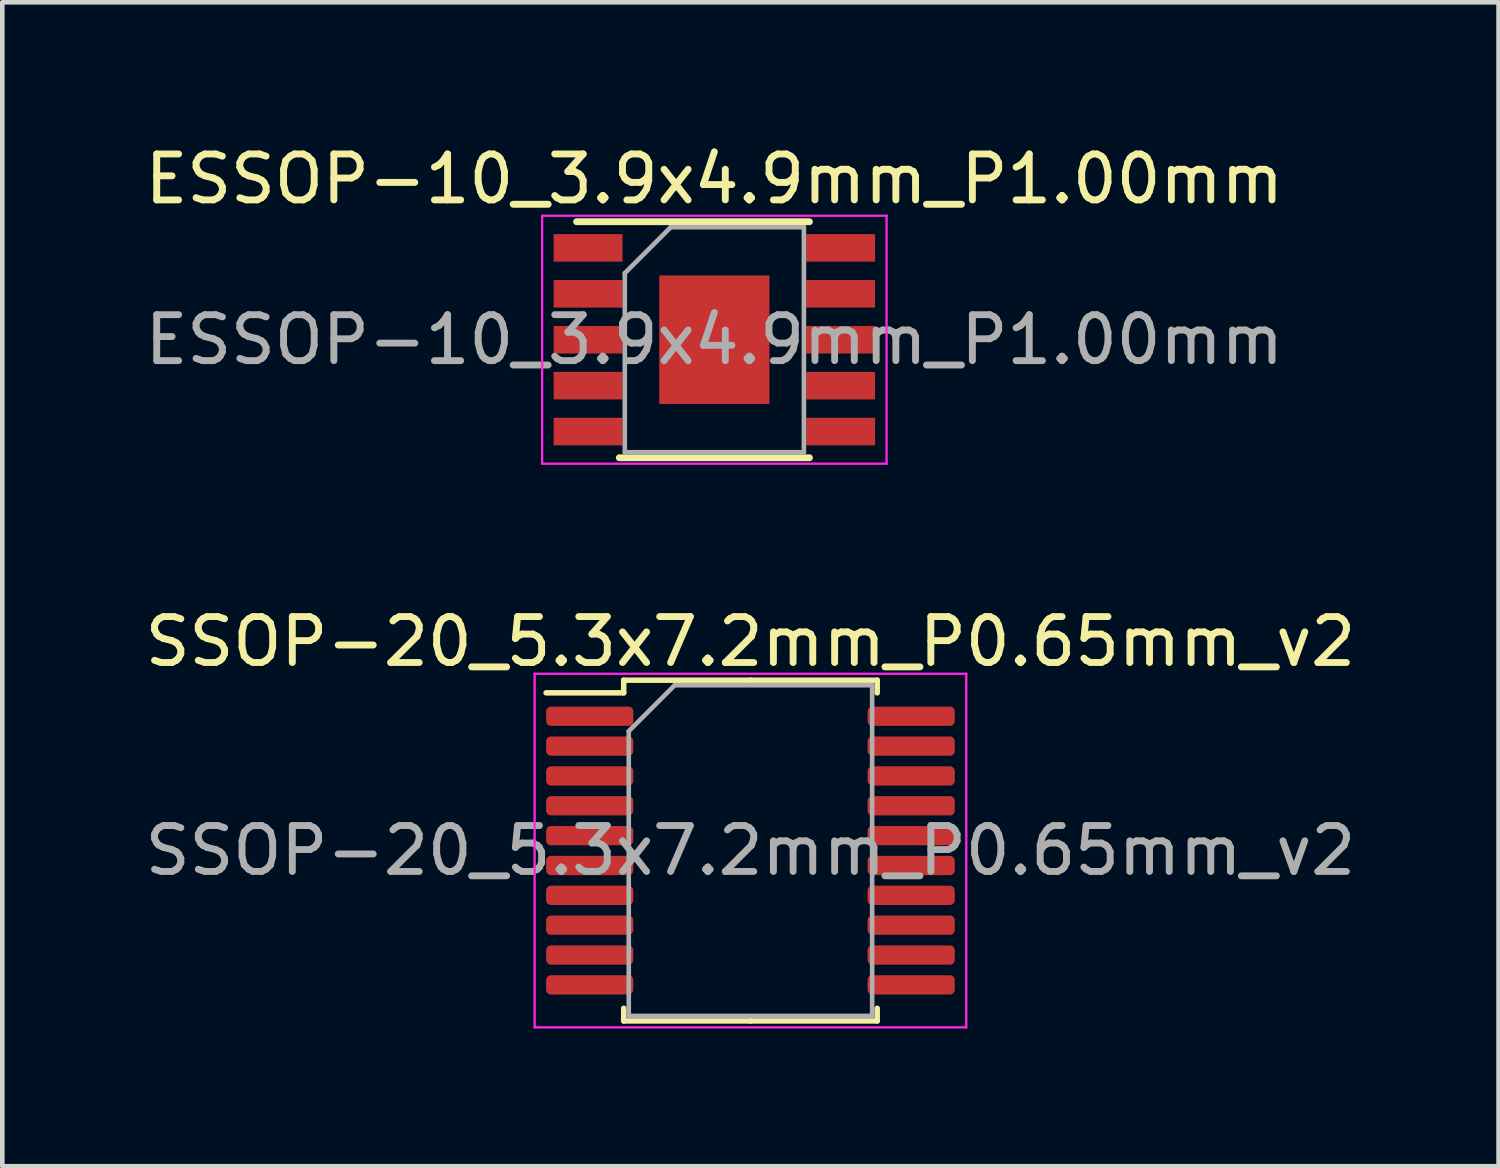
<source format=kicad_pcb>
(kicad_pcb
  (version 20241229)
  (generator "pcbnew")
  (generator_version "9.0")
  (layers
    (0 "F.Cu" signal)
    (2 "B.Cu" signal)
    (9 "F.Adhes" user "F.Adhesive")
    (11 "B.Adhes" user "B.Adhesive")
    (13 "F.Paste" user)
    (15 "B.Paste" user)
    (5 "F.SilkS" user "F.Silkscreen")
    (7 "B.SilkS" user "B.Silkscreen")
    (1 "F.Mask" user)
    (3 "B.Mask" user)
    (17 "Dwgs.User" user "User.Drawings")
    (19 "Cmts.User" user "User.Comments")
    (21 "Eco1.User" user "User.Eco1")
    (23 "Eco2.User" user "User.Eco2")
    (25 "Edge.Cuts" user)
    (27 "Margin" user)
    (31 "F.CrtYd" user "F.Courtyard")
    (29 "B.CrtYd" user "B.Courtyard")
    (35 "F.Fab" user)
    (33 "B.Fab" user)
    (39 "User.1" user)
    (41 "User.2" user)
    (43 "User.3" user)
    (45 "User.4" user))
  (footprint "ESSOP-10_3.9x4.9mm_P1.00mm"
    (layer "F.Cu")
    (at 12.506 4.348)
    (property "Reference" "ESSOP-10_3.9x4.9mm_P1.00mm" (at 0 -3.5 0) (layer "F.SilkS") (effects (font (size 1 1) (thickness 0.15))))
    (attr smd)
    (fp_line (start -3 -2.57) (end 2.07 -2.57) (stroke (width 0.15) (type solid)) (layer "F.SilkS"))
    (fp_line (start -2.07 2.57) (end 2.07 2.57) (stroke (width 0.15) (type solid)) (layer "F.SilkS"))
    (fp_line (start -3.75 -2.7) (end -3.75 2.7) (stroke (width 0.05) (type solid)) (layer "F.CrtYd"))
    (fp_line (start -3.75 -2.7) (end 3.75 -2.7) (stroke (width 0.05) (type solid)) (layer "F.CrtYd"))
    (fp_line (start -3.75 2.7) (end 3.75 2.7) (stroke (width 0.05) (type solid)) (layer "F.CrtYd"))
    (fp_line (start 3.75 -2.7) (end 3.75 2.7) (stroke (width 0.05) (type solid)) (layer "F.CrtYd"))
    (fp_line (start -1.95 -1.45) (end -0.95 -2.45) (stroke (width 0.1) (type solid)) (layer "F.Fab"))
    (fp_line (start -1.95 2.45) (end -1.95 -1.45) (stroke (width 0.1) (type solid)) (layer "F.Fab"))
    (fp_line (start -0.95 -2.45) (end 1.95 -2.45) (stroke (width 0.1) (type solid)) (layer "F.Fab"))
    (fp_line (start 1.95 -2.45) (end 1.95 2.45) (stroke (width 0.1) (type solid)) (layer "F.Fab"))
    (fp_line (start 1.95 2.45) (end -1.95 2.45) (stroke (width 0.1) (type solid)) (layer "F.Fab"))
    (fp_text user "${REFERENCE}" (at 0 0 0) (layer "F.Fab") (effects (font (size 1 1) (thickness 0.15))))
    (pad "0" smd rect (at 0 0) (size 2.4 2.8) (layers "F.Cu" "F.Mask" "F.Paste"))
    (pad "1" smd rect (at -2.75 -2) (size 1.5 0.6) (layers "F.Cu" "F.Mask" "F.Paste"))
    (pad "2" smd rect (at -2.75 -1) (size 1.5 0.6) (layers "F.Cu" "F.Mask" "F.Paste"))
    (pad "3" smd rect (at -2.75 0) (size 1.5 0.6) (layers "F.Cu" "F.Mask" "F.Paste"))
    (pad "4" smd rect (at -2.75 1) (size 1.5 0.6) (layers "F.Cu" "F.Mask" "F.Paste"))
    (pad "5" smd rect (at -2.75 2) (size 1.5 0.6) (layers "F.Cu" "F.Mask" "F.Paste"))
    (pad "6" smd rect (at 2.75 2) (size 1.5 0.6) (layers "F.Cu" "F.Mask" "F.Paste"))
    (pad "7" smd rect (at 2.75 1) (size 1.5 0.6) (layers "F.Cu" "F.Mask" "F.Paste"))
    (pad "8" smd rect (at 2.75 0) (size 1.5 0.6) (layers "F.Cu" "F.Mask" "F.Paste"))
    (pad "9" smd rect (at 2.75 -1) (size 1.5 0.6) (layers "F.Cu" "F.Mask" "F.Paste"))
    (pad "10" smd rect (at 2.75 -2) (size 1.5 0.6) (layers "F.Cu" "F.Mask" "F.Paste")))
  (footprint "SSOP-20_5.3x7.2mm_P0.65mm_v2"
    (layer "F.Cu")
    (at 13.292 15.472)
    (property "Reference" "SSOP-20_5.3x7.2mm_P0.65mm_v2" (at 0 -4.55 0) (layer "F.SilkS") (effects (font (size 1 1) (thickness 0.15))))
    (attr smd)
    (fp_line (start -2.76 -3.71) (end -2.76 -3.435) (stroke (width 0.12) (type solid)) (layer "F.SilkS"))
    (fp_line (start -2.76 -3.435) (end -4.45 -3.435) (stroke (width 0.12) (type solid)) (layer "F.SilkS"))
    (fp_line (start -2.76 3.71) (end -2.76 3.435) (stroke (width 0.12) (type solid)) (layer "F.SilkS"))
    (fp_line (start 0 -3.71) (end -2.76 -3.71) (stroke (width 0.12) (type solid)) (layer "F.SilkS"))
    (fp_line (start 0 -3.71) (end 2.76 -3.71) (stroke (width 0.12) (type solid)) (layer "F.SilkS"))
    (fp_line (start 0 3.71) (end -2.76 3.71) (stroke (width 0.12) (type solid)) (layer "F.SilkS"))
    (fp_line (start 0 3.71) (end 2.76 3.71) (stroke (width 0.12) (type solid)) (layer "F.SilkS"))
    (fp_line (start 2.76 -3.71) (end 2.76 -3.435) (stroke (width 0.12) (type solid)) (layer "F.SilkS"))
    (fp_line (start 2.76 3.71) (end 2.76 3.435) (stroke (width 0.12) (type solid)) (layer "F.SilkS"))
    (fp_line (start -4.7 -3.85) (end -4.7 3.85) (stroke (width 0.05) (type solid)) (layer "F.CrtYd"))
    (fp_line (start -4.7 3.85) (end 4.7 3.85) (stroke (width 0.05) (type solid)) (layer "F.CrtYd"))
    (fp_line (start 4.7 -3.85) (end -4.7 -3.85) (stroke (width 0.05) (type solid)) (layer "F.CrtYd"))
    (fp_line (start 4.7 3.85) (end 4.7 -3.85) (stroke (width 0.05) (type solid)) (layer "F.CrtYd"))
    (fp_line (start -2.65 -2.6) (end -1.65 -3.6) (stroke (width 0.1) (type solid)) (layer "F.Fab"))
    (fp_line (start -2.65 3.6) (end -2.65 -2.6) (stroke (width 0.1) (type solid)) (layer "F.Fab"))
    (fp_line (start -1.65 -3.6) (end 2.65 -3.6) (stroke (width 0.1) (type solid)) (layer "F.Fab"))
    (fp_line (start 2.65 -3.6) (end 2.65 3.6) (stroke (width 0.1) (type solid)) (layer "F.Fab"))
    (fp_line (start 2.65 3.6) (end -2.65 3.6) (stroke (width 0.1) (type solid)) (layer "F.Fab"))
    (fp_text user "${REFERENCE}" (at 0 0 0) (layer "F.Fab") (effects (font (size 1 1) (thickness 0.15))))
    (pad "1" smd roundrect (at -3.5 -2.925) (size 1.9 0.42) (layers "F.Cu" "F.Mask" "F.Paste") (roundrect_rratio 0.25))
    (pad "2" smd roundrect (at -3.5 -2.275) (size 1.9 0.42) (layers "F.Cu" "F.Mask" "F.Paste") (roundrect_rratio 0.25))
    (pad "3" smd roundrect (at -3.5 -1.625) (size 1.9 0.42) (layers "F.Cu" "F.Mask" "F.Paste") (roundrect_rratio 0.25))
    (pad "4" smd roundrect (at -3.5 -0.975) (size 1.9 0.42) (layers "F.Cu" "F.Mask" "F.Paste") (roundrect_rratio 0.25))
    (pad "5" smd roundrect (at -3.5 -0.325) (size 1.9 0.42) (layers "F.Cu" "F.Mask" "F.Paste") (roundrect_rratio 0.25))
    (pad "6" smd roundrect (at -3.5 0.325) (size 1.9 0.42) (layers "F.Cu" "F.Mask" "F.Paste") (roundrect_rratio 0.25))
    (pad "7" smd roundrect (at -3.5 0.975) (size 1.9 0.42) (layers "F.Cu" "F.Mask" "F.Paste") (roundrect_rratio 0.25))
    (pad "8" smd roundrect (at -3.5 1.625) (size 1.9 0.42) (layers "F.Cu" "F.Mask" "F.Paste") (roundrect_rratio 0.25))
    (pad "9" smd roundrect (at -3.5 2.275) (size 1.9 0.42) (layers "F.Cu" "F.Mask" "F.Paste") (roundrect_rratio 0.25))
    (pad "10" smd roundrect (at -3.5 2.925) (size 1.9 0.42) (layers "F.Cu" "F.Mask" "F.Paste") (roundrect_rratio 0.25))
    (pad "11" smd roundrect (at 3.5 2.925) (size 1.9 0.42) (layers "F.Cu" "F.Mask" "F.Paste") (roundrect_rratio 0.25))
    (pad "12" smd roundrect (at 3.5 2.275) (size 1.9 0.42) (layers "F.Cu" "F.Mask" "F.Paste") (roundrect_rratio 0.25))
    (pad "13" smd roundrect (at 3.5 1.625) (size 1.9 0.42) (layers "F.Cu" "F.Mask" "F.Paste") (roundrect_rratio 0.25))
    (pad "14" smd roundrect (at 3.5 0.975) (size 1.9 0.42) (layers "F.Cu" "F.Mask" "F.Paste") (roundrect_rratio 0.25))
    (pad "15" smd roundrect (at 3.5 0.325) (size 1.9 0.42) (layers "F.Cu" "F.Mask" "F.Paste") (roundrect_rratio 0.25))
    (pad "16" smd roundrect (at 3.5 -0.325) (size 1.9 0.42) (layers "F.Cu" "F.Mask" "F.Paste") (roundrect_rratio 0.25))
    (pad "17" smd roundrect (at 3.5 -0.975) (size 1.9 0.42) (layers "F.Cu" "F.Mask" "F.Paste") (roundrect_rratio 0.25))
    (pad "18" smd roundrect (at 3.5 -1.625) (size 1.9 0.42) (layers "F.Cu" "F.Mask" "F.Paste") (roundrect_rratio 0.25))
    (pad "19" smd roundrect (at 3.5 -2.275) (size 1.9 0.42) (layers "F.Cu" "F.Mask" "F.Paste") (roundrect_rratio 0.25))
    (pad "20" smd roundrect (at 3.5 -2.925) (size 1.9 0.42) (layers "F.Cu" "F.Mask" "F.Paste") (roundrect_rratio 0.25)))
  (gr_rect
    (start -3 -3)
    (end 29.583 22.346)
    (stroke (width 0.1) (type default))
    (fill no)
    (layer "Edge.Cuts")))
</source>
